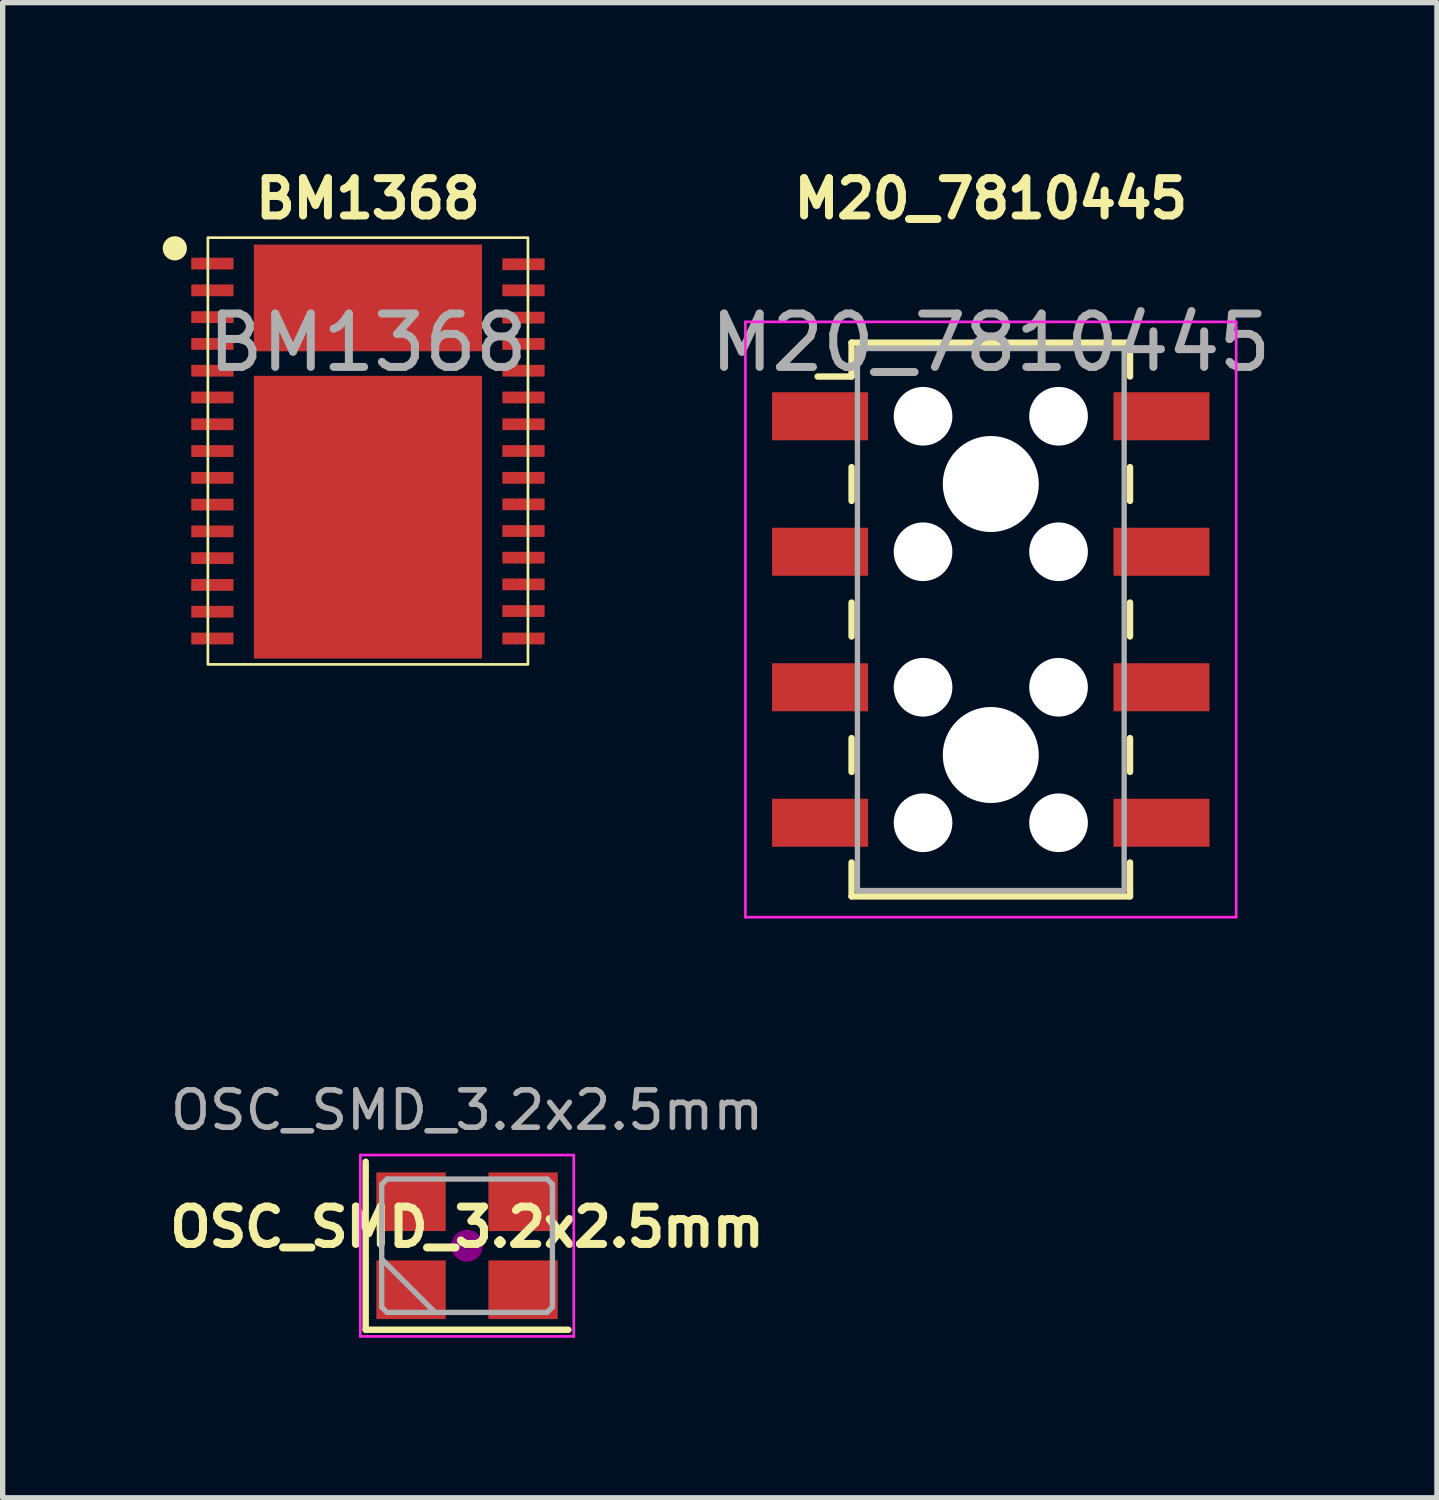
<source format=kicad_pcb>
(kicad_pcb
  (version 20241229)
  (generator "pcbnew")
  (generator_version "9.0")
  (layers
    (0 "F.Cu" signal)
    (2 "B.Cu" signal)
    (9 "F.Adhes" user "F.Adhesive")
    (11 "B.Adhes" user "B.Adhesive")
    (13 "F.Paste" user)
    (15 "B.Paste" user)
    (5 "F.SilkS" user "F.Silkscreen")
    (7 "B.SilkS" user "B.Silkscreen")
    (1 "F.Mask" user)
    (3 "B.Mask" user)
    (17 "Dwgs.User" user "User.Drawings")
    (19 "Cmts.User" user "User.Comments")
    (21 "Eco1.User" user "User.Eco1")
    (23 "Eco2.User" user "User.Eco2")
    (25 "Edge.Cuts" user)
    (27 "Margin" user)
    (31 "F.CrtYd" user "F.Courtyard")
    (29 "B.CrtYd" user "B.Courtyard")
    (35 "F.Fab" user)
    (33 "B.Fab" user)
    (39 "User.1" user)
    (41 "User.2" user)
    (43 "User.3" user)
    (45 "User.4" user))
  (footprint "BM1368"
    (layer "F.Cu")
    (at 3.847 5.405)
    (property "Reference" "BM1368" (at 0 -4.732 0) (unlocked yes) (layer "F.SilkS") (effects (font (size 0.7 0.7) (thickness 0.15))))
    (attr smd)
    (fp_rect (start -2.08 -3.8) (end -0.3 -1.92) (stroke (width 0.12) (type solid)) (fill yes) (layer "F.Mask"))
    (fp_rect (start -2.08 -1.35) (end -0.28 1.01) (stroke (width 0.12) (type solid)) (fill yes) (layer "F.Mask"))
    (fp_rect (start -2.08 1.47) (end -0.28 3.83) (stroke (width 0.12) (type solid)) (fill yes) (layer "F.Mask"))
    (fp_rect (start 0.27 1.47) (end 2.07 3.83) (stroke (width 0.12) (type solid)) (fill yes) (layer "F.Mask"))
    (fp_rect (start 0.29 -3.8) (end 2.07 -1.93) (stroke (width 0.12) (type solid)) (fill yes) (layer "F.Mask"))
    (fp_rect (start 0.29 -1.34) (end 2.09 1.02) (stroke (width 0.12) (type solid)) (fill yes) (layer "F.Mask"))
    (fp_rect (start -3 -4) (end 3 4) (stroke (width 0.05) (type default)) (fill no) (layer "F.SilkS"))
    (fp_circle (center -3.62 -3.8) (end -3.418 -3.8) (stroke (width 0.05) (type solid)) (fill yes) (layer "F.SilkS"))
    (fp_rect (start -1.8 -3.45) (end -0.6 -2.33) (stroke (width 0.001) (type solid)) (fill yes) (layer "F.Paste"))
    (fp_rect (start -1.79 -1.21) (end -0.59 0.82) (stroke (width 0.001) (type solid)) (fill yes) (layer "F.Paste"))
    (fp_rect (start -1.79 1.65) (end -0.59 3.67) (stroke (width 0.001) (type solid)) (fill yes) (layer "F.Paste"))
    (fp_rect (start 0.58 1.65) (end 1.78 3.67) (stroke (width 0.001) (type solid)) (fill yes) (layer "F.Paste"))
    (fp_rect (start 0.6 -1.205) (end 1.8 0.825) (stroke (width 0.001) (type solid)) (fill yes) (layer "F.Paste"))
    (fp_rect (start 0.61 -3.45) (end 1.81 -2.34) (stroke (width 0.001) (type solid)) (fill yes) (layer "F.Paste"))
    (fp_text user "${REFERENCE}" (at 0 -2.032 0) (unlocked yes) (layer "F.Fab") (effects (font (size 1 1) (thickness 0.15))))
    (pad "1" smd rect (at -2.916 -3.514) (size 0.792 0.221) (layers "F.Cu" "F.Mask" "F.Paste"))
    (pad "2" smd rect (at -2.916 -3.012) (size 0.792 0.221) (layers "F.Cu" "F.Mask" "F.Paste"))
    (pad "3" smd rect (at -2.916 -2.51) (size 0.792 0.221) (layers "F.Cu" "F.Mask" "F.Paste"))
    (pad "4" smd rect (at -2.916 -2.008) (size 0.792 0.221) (layers "F.Cu" "F.Mask" "F.Paste"))
    (pad "5" smd rect (at -2.916 -1.506) (size 0.792 0.221) (layers "F.Cu" "F.Mask" "F.Paste"))
    (pad "6" smd rect (at -2.916 -1.004) (size 0.792 0.221) (layers "F.Cu" "F.Mask" "F.Paste"))
    (pad "7" smd rect (at -2.916 -0.502) (size 0.792 0.221) (layers "F.Cu" "F.Mask" "F.Paste"))
    (pad "8" smd rect (at -2.916 0) (size 0.792 0.221) (layers "F.Cu" "F.Mask" "F.Paste"))
    (pad "9" smd rect (at -2.916 0.502) (size 0.792 0.221) (layers "F.Cu" "F.Mask" "F.Paste"))
    (pad "10" smd rect (at -2.916 1.004) (size 0.792 0.221) (layers "F.Cu" "F.Mask" "F.Paste"))
    (pad "11" smd rect (at -2.916 1.506) (size 0.792 0.221) (layers "F.Cu" "F.Mask" "F.Paste"))
    (pad "12" smd rect (at -2.916 2.008) (size 0.792 0.221) (layers "F.Cu" "F.Mask" "F.Paste"))
    (pad "13" smd rect (at -2.916 2.51) (size 0.792 0.221) (layers "F.Cu" "F.Mask" "F.Paste"))
    (pad "14" smd rect (at -2.916 3.012) (size 0.792 0.221) (layers "F.Cu" "F.Mask" "F.Paste"))
    (pad "15" smd rect (at -2.916 3.514) (size 0.792 0.221) (layers "F.Cu" "F.Mask" "F.Paste"))
    (pad "16" smd rect (at 2.916 3.514) (size 0.792 0.221) (layers "F.Cu" "F.Mask" "F.Paste"))
    (pad "17" smd rect (at 2.916 2.999) (size 0.792 0.221) (layers "F.Cu" "F.Mask" "F.Paste"))
    (pad "18" smd rect (at 2.916 2.499) (size 0.792 0.221) (layers "F.Cu" "F.Mask" "F.Paste"))
    (pad "19" smd rect (at 2.916 1.999) (size 0.792 0.221) (layers "F.Cu" "F.Mask" "F.Paste"))
    (pad "20" smd rect (at 2.916 1.499) (size 0.792 0.221) (layers "F.Cu" "F.Mask" "F.Paste"))
    (pad "21" smd rect (at 2.916 0.999) (size 0.792 0.221) (layers "F.Cu" "F.Mask" "F.Paste"))
    (pad "22" smd rect (at 2.916 0.502) (size 0.792 0.221) (layers "F.Cu" "F.Mask" "F.Paste"))
    (pad "23" smd rect (at 2.916 -0.001) (size 0.792 0.221) (layers "F.Cu" "F.Mask" "F.Paste"))
    (pad "24" smd rect (at 2.916 -0.502) (size 0.792 0.221) (layers "F.Cu" "F.Mask" "F.Paste"))
    (pad "25" smd rect (at 2.916 -1.004) (size 0.792 0.221) (layers "F.Cu" "F.Mask" "F.Paste"))
    (pad "26" smd rect (at 2.916 -1.506) (size 0.792 0.221) (layers "F.Cu" "F.Mask" "F.Paste"))
    (pad "27" smd rect (at 2.916 -2.008) (size 0.792 0.221) (layers "F.Cu" "F.Mask" "F.Paste"))
    (pad "28" smd rect (at 2.916 -2.501) (size 0.792 0.221) (layers "F.Cu" "F.Mask" "F.Paste"))
    (pad "29" smd rect (at 2.916 -3.012) (size 0.792 0.221) (layers "F.Cu" "F.Mask" "F.Paste"))
    (pad "30" smd rect (at 2.916 -3.501) (size 0.792 0.221) (layers "F.Cu" "F.Mask" "F.Paste"))
    (pad "31" smd rect (at 0 -2.87) (size 4.277 2) (layers "F.Cu"))
    (pad "32" smd rect (at 0 1.24) (size 4.277 5.3) (layers "F.Cu")))
  (footprint "M20_7810445"
    (layer "F.Cu")
    (at 15.523 8.563)
    (property "Reference" "M20_7810445" (at 0 -7.89 0) (unlocked yes) (layer "F.SilkS") (effects (font (size 0.7 0.7) (thickness 0.15))))
    (attr smd)
    (fp_line (start -2.61 -5.19) (end -2.61 -4.555) (stroke (width 0.12) (type solid)) (layer "F.SilkS"))
    (fp_line (start -2.61 -5.19) (end 2.61 -5.19) (stroke (width 0.12) (type solid)) (layer "F.SilkS"))
    (fp_line (start -2.61 -4.555) (end -3.245 -4.555) (stroke (width 0.12) (type solid)) (layer "F.SilkS"))
    (fp_line (start -2.61 -2.857) (end -2.61 -2.223) (stroke (width 0.12) (type solid)) (layer "F.SilkS"))
    (fp_line (start -2.61 -0.318) (end -2.61 0.318) (stroke (width 0.12) (type solid)) (layer "F.SilkS"))
    (fp_line (start -2.61 2.223) (end -2.61 2.857) (stroke (width 0.12) (type solid)) (layer "F.SilkS"))
    (fp_line (start -2.61 5.19) (end -2.61 4.555) (stroke (width 0.12) (type solid)) (layer "F.SilkS"))
    (fp_line (start -2.61 5.19) (end 2.61 5.19) (stroke (width 0.12) (type solid)) (layer "F.SilkS"))
    (fp_line (start 2.61 -5.19) (end 2.61 -4.555) (stroke (width 0.12) (type solid)) (layer "F.SilkS"))
    (fp_line (start 2.61 -2.857) (end 2.61 -2.223) (stroke (width 0.12) (type solid)) (layer "F.SilkS"))
    (fp_line (start 2.61 -0.318) (end 2.61 0.318) (stroke (width 0.12) (type solid)) (layer "F.SilkS"))
    (fp_line (start 2.61 2.223) (end 2.61 2.857) (stroke (width 0.12) (type solid)) (layer "F.SilkS"))
    (fp_line (start 2.61 5.19) (end 2.61 4.555) (stroke (width 0.12) (type solid)) (layer "F.SilkS"))
    (fp_line (start -4.6 -5.58) (end -4.6 5.58) (stroke (width 0.05) (type solid)) (layer "F.CrtYd"))
    (fp_line (start -4.6 5.58) (end 4.6 5.58) (stroke (width 0.05) (type solid)) (layer "F.CrtYd"))
    (fp_line (start 4.6 -5.58) (end -4.6 -5.58) (stroke (width 0.05) (type solid)) (layer "F.CrtYd"))
    (fp_line (start 4.6 5.58) (end 4.6 -5.58) (stroke (width 0.05) (type solid)) (layer "F.CrtYd"))
    (fp_line (start -2.5 -5.08) (end -2.5 5.08) (stroke (width 0.1) (type solid)) (layer "F.Fab"))
    (fp_line (start -2.5 5.08) (end 2.5 5.08) (stroke (width 0.1) (type solid)) (layer "F.Fab"))
    (fp_line (start 2.5 -5.08) (end -2.5 -5.08) (stroke (width 0.1) (type solid)) (layer "F.Fab"))
    (fp_line (start 2.5 5.08) (end 2.5 -5.08) (stroke (width 0.1) (type solid)) (layer "F.Fab"))
    (fp_text user "${REFERENCE}" (at 0 -5.19 0) (unlocked yes) (layer "F.Fab") (effects (font (size 1 1) (thickness 0.15))))
    (pad "" np_thru_hole circle (at -1.27 -3.81) (size 1.1 1.1) (drill 1.1) (layers "*.Cu" "*.Mask"))
    (pad "" np_thru_hole circle (at -1.27 -1.27) (size 1.1 1.1) (drill 1.1) (layers "*.Cu" "*.Mask"))
    (pad "" np_thru_hole circle (at -1.27 1.27) (size 1.1 1.1) (drill 1.1) (layers "*.Cu" "*.Mask"))
    (pad "" np_thru_hole circle (at -1.27 3.81) (size 1.1 1.1) (drill 1.1) (layers "*.Cu" "*.Mask"))
    (pad "" np_thru_hole circle (at 0 -2.54) (size 1.8 1.8) (drill 1.8) (layers "*.Cu" "*.Mask"))
    (pad "" np_thru_hole circle (at 0 2.54) (size 1.8 1.8) (drill 1.8) (layers "*.Cu" "*.Mask"))
    (pad "" np_thru_hole circle (at 1.27 -3.81) (size 1.1 1.1) (drill 1.1) (layers "*.Cu" "*.Mask"))
    (pad "" np_thru_hole circle (at 1.27 -1.27) (size 1.1 1.1) (drill 1.1) (layers "*.Cu" "*.Mask"))
    (pad "" np_thru_hole circle (at 1.27 1.27) (size 1.1 1.1) (drill 1.1) (layers "*.Cu" "*.Mask"))
    (pad "" np_thru_hole circle (at 1.27 3.81) (size 1.1 1.1) (drill 1.1) (layers "*.Cu" "*.Mask"))
    (pad "1" smd rect (at -3.2 -3.81) (size 1.8 0.9) (layers "F.Cu" "F.Mask" "F.Paste"))
    (pad "2" smd rect (at 3.2 -3.81) (size 1.8 0.9) (layers "F.Cu" "F.Mask" "F.Paste"))
    (pad "3" smd rect (at -3.2 -1.27) (size 1.8 0.9) (layers "F.Cu" "F.Mask" "F.Paste"))
    (pad "4" smd rect (at 3.2 -1.27) (size 1.8 0.9) (layers "F.Cu" "F.Mask" "F.Paste"))
    (pad "5" smd rect (at -3.2 1.27) (size 1.8 0.9) (layers "F.Cu" "F.Mask" "F.Paste"))
    (pad "6" smd rect (at 3.2 1.27) (size 1.8 0.9) (layers "F.Cu" "F.Mask" "F.Paste"))
    (pad "7" smd rect (at -3.2 3.81) (size 1.8 0.9) (layers "F.Cu" "F.Mask" "F.Paste"))
    (pad "8" smd rect (at 3.2 3.81) (size 1.8 0.9) (layers "F.Cu" "F.Mask" "F.Paste")))
  (footprint "OSC_SMD_3.2x2.5mm"
    (layer "F.Cu")
    (at 5.705 20.302)
    (property "Reference" "OSC_SMD_3.2x2.5mm" (at 0 -0.35 0) (unlocked yes) (layer "F.SilkS") (effects (font (size 0.7 0.7) (thickness 0.15))))
    (attr smd)
    (fp_line (start -1.9 -1.575) (end -1.9 1.575) (stroke (width 0.12) (type solid)) (layer "F.SilkS"))
    (fp_line (start -1.9 1.575) (end 1.9 1.575) (stroke (width 0.12) (type solid)) (layer "F.SilkS"))
    (fp_circle (center 0 0) (end 0.058 0) (stroke (width 0.117) (type solid)) (fill no) (layer "F.Adhes"))
    (fp_circle (center 0 0) (end 0.133 0) (stroke (width 0.083) (type solid)) (fill no) (layer "F.Adhes"))
    (fp_circle (center 0 0) (end 0.208 0) (stroke (width 0.083) (type solid)) (fill no) (layer "F.Adhes"))
    (fp_circle (center 0 0) (end 0.25 0) (stroke (width 0.1) (type solid)) (fill no) (layer "F.Adhes"))
    (fp_line (start -2 -1.7) (end -2 1.7) (stroke (width 0.05) (type solid)) (layer "F.CrtYd"))
    (fp_line (start -2 1.7) (end 2 1.7) (stroke (width 0.05) (type solid)) (layer "F.CrtYd"))
    (fp_line (start 2 -1.7) (end -2 -1.7) (stroke (width 0.05) (type solid)) (layer "F.CrtYd"))
    (fp_line (start 2 1.7) (end 2 -1.7) (stroke (width 0.05) (type solid)) (layer "F.CrtYd"))
    (fp_line (start -1.6 -1.15) (end -1.5 -1.25) (stroke (width 0.1) (type solid)) (layer "F.Fab"))
    (fp_line (start -1.6 0.25) (end -0.6 1.25) (stroke (width 0.1) (type solid)) (layer "F.Fab"))
    (fp_line (start -1.6 1.15) (end -1.6 -1.15) (stroke (width 0.1) (type solid)) (layer "F.Fab"))
    (fp_line (start -1.5 -1.25) (end 1.5 -1.25) (stroke (width 0.1) (type solid)) (layer "F.Fab"))
    (fp_line (start -1.5 1.25) (end -1.6 1.15) (stroke (width 0.1) (type solid)) (layer "F.Fab"))
    (fp_line (start 1.5 -1.25) (end 1.6 -1.15) (stroke (width 0.1) (type solid)) (layer "F.Fab"))
    (fp_line (start 1.5 1.25) (end -1.5 1.25) (stroke (width 0.1) (type solid)) (layer "F.Fab"))
    (fp_line (start 1.6 -1.15) (end 1.6 1.15) (stroke (width 0.1) (type solid)) (layer "F.Fab"))
    (fp_line (start 1.6 1.15) (end 1.5 1.25) (stroke (width 0.1) (type solid)) (layer "F.Fab"))
    (fp_text user "${REFERENCE}" (at 0 -2.54 0) (layer "F.Fab") (effects (font (size 0.7 0.7) (thickness 0.105))))
    (pad "1" smd rect (at -1.05 0.825) (size 1.3 1.1) (layers "F.Cu" "F.Mask" "F.Paste"))
    (pad "2" smd rect (at 1.05 0.825) (size 1.3 1.1) (layers "F.Cu" "F.Mask" "F.Paste"))
    (pad "3" smd rect (at 1.05 -0.825) (size 1.3 1.1) (layers "F.Cu" "F.Mask" "F.Paste"))
    (pad "4" smd rect (at -1.05 -0.825) (size 1.3 1.1) (layers "F.Cu" "F.Mask" "F.Paste")))
  (gr_rect
    (start -3 -3)
    (end 23.886 25.027)
    (stroke (width 0.1) (type default))
    (fill no)
    (layer "Edge.Cuts")))
</source>
